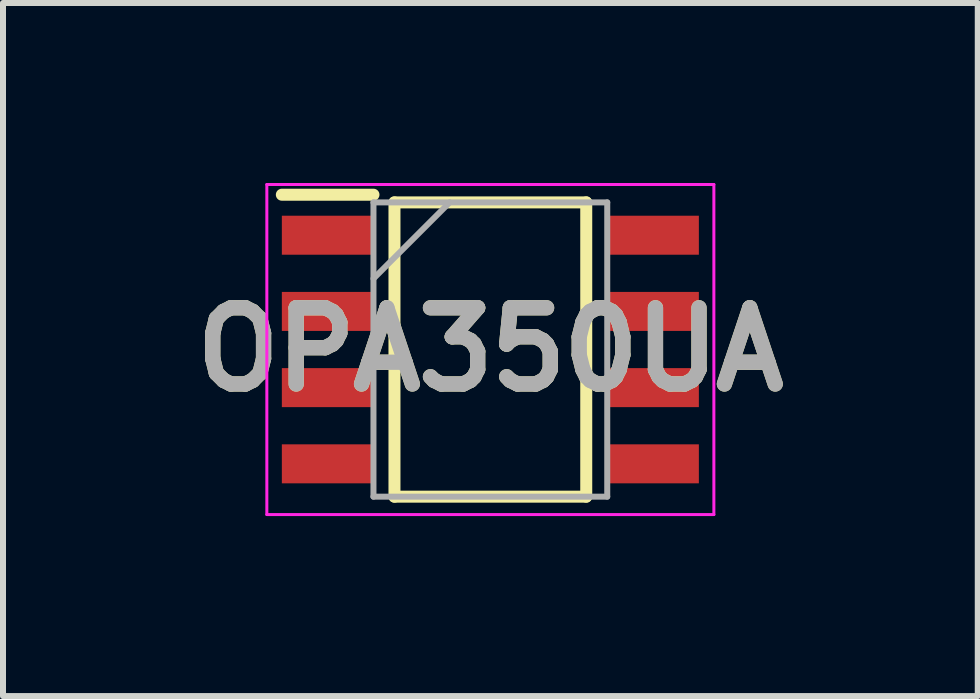
<source format=kicad_pcb>
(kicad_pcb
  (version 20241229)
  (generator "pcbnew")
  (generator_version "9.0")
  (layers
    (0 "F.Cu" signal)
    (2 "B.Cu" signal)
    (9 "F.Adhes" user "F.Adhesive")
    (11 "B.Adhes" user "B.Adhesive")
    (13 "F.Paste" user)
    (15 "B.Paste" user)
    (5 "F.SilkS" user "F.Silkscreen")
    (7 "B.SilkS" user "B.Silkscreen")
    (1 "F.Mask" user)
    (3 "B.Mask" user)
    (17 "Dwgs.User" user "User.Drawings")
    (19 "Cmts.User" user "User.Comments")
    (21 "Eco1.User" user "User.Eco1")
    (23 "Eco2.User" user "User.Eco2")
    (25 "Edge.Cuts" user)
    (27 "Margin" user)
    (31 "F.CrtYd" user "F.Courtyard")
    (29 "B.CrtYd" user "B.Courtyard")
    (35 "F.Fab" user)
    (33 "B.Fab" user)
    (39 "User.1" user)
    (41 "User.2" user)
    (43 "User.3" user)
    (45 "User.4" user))
  (footprint "OPA350UA"
    (layer "F.Cu")
    (at 5.122 2.775)
    (property "Reference" "OPA350UA" (at 0 0 0) (layer "F.SilkS") (effects (font (size 1.27 1.27) (thickness 0.254))))
    (attr smd)
    (fp_line (start -3.475 -2.58) (end -1.948 -2.58) (stroke (width 0.2) (type solid)) (layer "F.SilkS"))
    (fp_line (start -1.598 -2.452) (end 1.598 -2.452) (stroke (width 0.2) (type solid)) (layer "F.SilkS"))
    (fp_line (start -1.598 2.452) (end -1.598 -2.452) (stroke (width 0.2) (type solid)) (layer "F.SilkS"))
    (fp_line (start 1.598 -2.452) (end 1.598 2.452) (stroke (width 0.2) (type solid)) (layer "F.SilkS"))
    (fp_line (start 1.598 2.452) (end -1.598 2.452) (stroke (width 0.2) (type solid)) (layer "F.SilkS"))
    (fp_line (start -3.725 -2.75) (end 3.725 -2.75) (stroke (width 0.05) (type solid)) (layer "F.CrtYd"))
    (fp_line (start -3.725 2.75) (end -3.725 -2.75) (stroke (width 0.05) (type solid)) (layer "F.CrtYd"))
    (fp_line (start 3.725 -2.75) (end 3.725 2.75) (stroke (width 0.05) (type solid)) (layer "F.CrtYd"))
    (fp_line (start 3.725 2.75) (end -3.725 2.75) (stroke (width 0.05) (type solid)) (layer "F.CrtYd"))
    (fp_line (start -1.948 -2.452) (end 1.948 -2.452) (stroke (width 0.1) (type solid)) (layer "F.Fab"))
    (fp_line (start -1.948 -1.182) (end -0.678 -2.452) (stroke (width 0.1) (type solid)) (layer "F.Fab"))
    (fp_line (start -1.948 2.452) (end -1.948 -2.452) (stroke (width 0.1) (type solid)) (layer "F.Fab"))
    (fp_line (start 1.948 -2.452) (end 1.948 2.452) (stroke (width 0.1) (type solid)) (layer "F.Fab"))
    (fp_line (start 1.948 2.452) (end -1.948 2.452) (stroke (width 0.1) (type solid)) (layer "F.Fab"))
    (fp_text user "${REFERENCE}" (at 0 0 0) (layer "F.Fab") (effects (font (size 1.27 1.27) (thickness 0.254))))
    (pad "1" smd rect (at -2.711 -1.905 90) (size 0.65 1.528) (layers "F.Cu" "F.Mask" "F.Paste"))
    (pad "2" smd rect (at -2.711 -0.635 90) (size 0.65 1.528) (layers "F.Cu" "F.Mask" "F.Paste"))
    (pad "3" smd rect (at -2.711 0.635 90) (size 0.65 1.528) (layers "F.Cu" "F.Mask" "F.Paste"))
    (pad "4" smd rect (at -2.711 1.905 90) (size 0.65 1.528) (layers "F.Cu" "F.Mask" "F.Paste"))
    (pad "5" smd rect (at 2.711 1.905 90) (size 0.65 1.528) (layers "F.Cu" "F.Mask" "F.Paste"))
    (pad "6" smd rect (at 2.711 0.635 90) (size 0.65 1.528) (layers "F.Cu" "F.Mask" "F.Paste"))
    (pad "7" smd rect (at 2.711 -0.635 90) (size 0.65 1.528) (layers "F.Cu" "F.Mask" "F.Paste"))
    (pad "8" smd rect (at 2.711 -1.905 90) (size 0.65 1.528) (layers "F.Cu" "F.Mask" "F.Paste")))
  (gr_rect
    (start -3 -3)
    (end 13.245 8.55)
    (stroke (width 0.1) (type default))
    (fill no)
    (layer "Edge.Cuts")))
</source>
